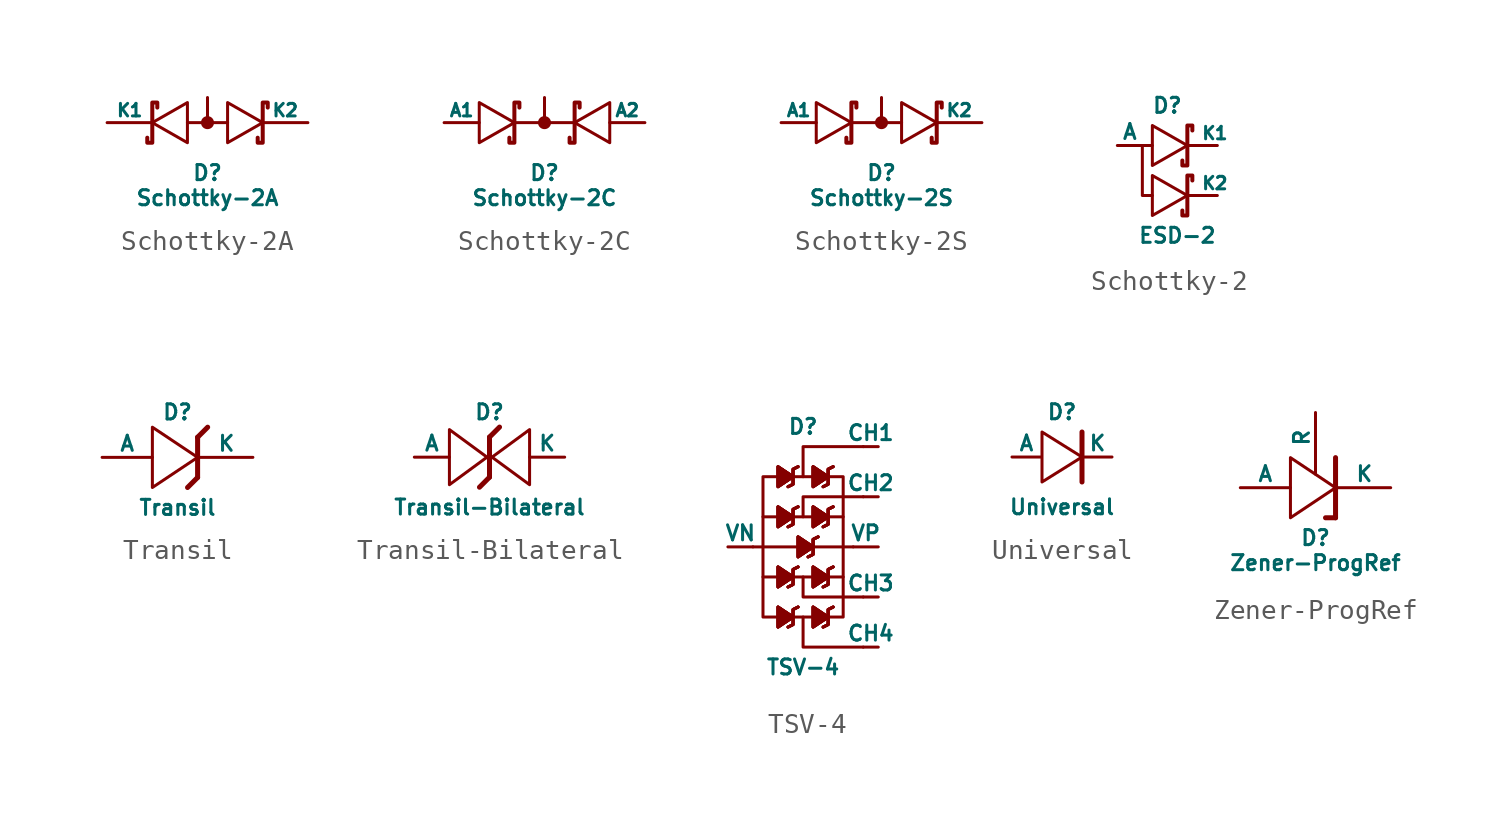
<source format=kicad_sym>
(kicad_symbol_lib
  (version 20220914)
  (generator kicad_symbol_editor)
  (symbol "Schottky-2A"
    (pin_numbers hide)
    (pin_names
      (offset 0))
    (property "Reference" "D"
      (at 0 -2.54 0)
      (effects (font (size 0.762 0.762))))
    (property "Value" "Schottky-2A"
      (at 0 -3.81 0)
      (effects (font (size 0.762 0.762))))
    (symbol "Schottky-2A_0_1"
      (polyline (pts (xy -1.016 0) (xy 1.016 0)) (stroke (width 0) (type solid)) (fill (type none)))
      (polyline (pts (xy 0 0.508) (xy 0 0)) (stroke (width 0) (type solid)) (fill (type none)))
      (polyline (pts (xy -2.794 0) (xy -1.016 -1.016) (xy -1.016 1.016) (xy -2.794 0)) (stroke (width 0) (type solid)) (fill (type none)))
      (polyline (pts (xy 2.794 0) (xy 1.016 1.016) (xy 1.016 -1.016) (xy 2.794 0)) (stroke (width 0) (type solid)) (fill (type none)))
      (polyline (pts (xy -2.54 0.762) (xy -2.54 1.016) (xy -2.794 1.016) (xy -2.794 -1.016) (xy -3.048 -1.016) (xy -3.048 -0.762)) (stroke (width 0.203) (type solid)) (fill (type none)))
      (polyline (pts (xy 2.54 -0.762) (xy 2.54 -1.016) (xy 2.794 -1.016) (xy 2.794 1.016) (xy 3.048 1.016) (xy 3.048 0.762)) (stroke (width 0.203) (type solid)) (fill (type none)))
      (circle (center 0 0) (radius 0.254) (stroke (width 0) (type solid)) (fill (type outline))))
    (symbol "Schottky-2A_1_1"
      (pin passive line (at -5.08 0 0) (length 2.286) (name "K1" (effects (font (size 0.635 0.635)))) (number "1" (effects (font (size 0.635 0.635)))))
      (pin passive line (at 0 1.27 270) (length 0.762) (name "~" (effects (font (size 0.635 0.635)))) (number "2" (effects (font (size 0.635 0.635)))))
      (pin passive line (at 5.08 0 180) (length 2.286) (name "K2" (effects (font (size 0.635 0.635)))) (number "3" (effects (font (size 0.635 0.635)))))))
  (symbol "Schottky-2C"
    (pin_numbers hide)
    (pin_names
      (offset 0))
    (property "Reference" "D"
      (at 0 -2.54 0)
      (effects (font (size 0.762 0.762))))
    (property "Value" "Schottky-2C"
      (at 0 -3.81 0)
      (effects (font (size 0.762 0.762))))
    (symbol "Schottky-2C_0_1"
      (polyline (pts (xy -1.524 0) (xy 1.524 0)) (stroke (width 0) (type solid)) (fill (type none)))
      (polyline (pts (xy 0 0.508) (xy 0 0)) (stroke (width 0) (type solid)) (fill (type none)))
      (polyline (pts (xy -1.524 0) (xy -3.302 1.016) (xy -3.302 -1.016) (xy -1.524 0)) (stroke (width 0) (type solid)) (fill (type none)))
      (polyline (pts (xy 1.524 0) (xy 3.302 -1.016) (xy 3.302 1.016) (xy 1.524 0)) (stroke (width 0) (type solid)) (fill (type none)))
      (polyline (pts (xy -1.778 -0.762) (xy -1.778 -1.016) (xy -1.524 -1.016) (xy -1.524 1.016) (xy -1.27 1.016) (xy -1.27 0.762)) (stroke (width 0.203) (type solid)) (fill (type none)))
      (polyline (pts (xy 1.778 0.762) (xy 1.778 1.016) (xy 1.524 1.016) (xy 1.524 -1.016) (xy 1.27 -1.016) (xy 1.27 -0.762)) (stroke (width 0.203) (type solid)) (fill (type none)))
      (circle (center 0 0) (radius 0.254) (stroke (width 0) (type solid)) (fill (type outline))))
    (symbol "Schottky-2C_1_1"
      (pin passive line (at -5.08 0 0) (length 1.778) (name "A1" (effects (font (size 0.635 0.635)))) (number "1" (effects (font (size 0.635 0.635)))))
      (pin passive line (at 0 1.27 270) (length 0.762) (name "~" (effects (font (size 0.635 0.635)))) (number "2" (effects (font (size 0.635 0.635)))))
      (pin passive line (at 5.08 0 180) (length 1.778) (name "A2" (effects (font (size 0.635 0.635)))) (number "3" (effects (font (size 0.635 0.635)))))))
  (symbol "Schottky-2S"
    (pin_numbers hide)
    (pin_names
      (offset 0))
    (property "Reference" "D"
      (at 0 -2.54 0)
      (effects (font (size 0.762 0.762))))
    (property "Value" "Schottky-2S"
      (at 0 -3.81 0)
      (effects (font (size 0.762 0.762))))
    (symbol "Schottky-2S_0_1"
      (polyline (pts (xy -1.524 0) (xy 1.016 0)) (stroke (width 0) (type solid)) (fill (type none)))
      (polyline (pts (xy 0 0.508) (xy 0 0)) (stroke (width 0) (type solid)) (fill (type none)))
      (polyline (pts (xy -1.524 0) (xy -3.302 1.016) (xy -3.302 -1.016) (xy -1.524 0)) (stroke (width 0) (type solid)) (fill (type none)))
      (polyline (pts (xy 2.794 0) (xy 1.016 1.016) (xy 1.016 -1.016) (xy 2.794 0)) (stroke (width 0) (type solid)) (fill (type none)))
      (polyline (pts (xy -1.778 -0.762) (xy -1.778 -1.016) (xy -1.524 -1.016) (xy -1.524 1.016) (xy -1.27 1.016) (xy -1.27 0.762)) (stroke (width 0.203) (type solid)) (fill (type none)))
      (polyline (pts (xy 2.54 -0.762) (xy 2.54 -1.016) (xy 2.794 -1.016) (xy 2.794 1.016) (xy 3.048 1.016) (xy 3.048 0.762)) (stroke (width 0.203) (type solid)) (fill (type none)))
      (circle (center 0 0) (radius 0.254) (stroke (width 0) (type solid)) (fill (type outline))))
    (symbol "Schottky-2S_1_1"
      (pin passive line (at -5.08 0 0) (length 1.778) (name "A1" (effects (font (size 0.635 0.635)))) (number "1" (effects (font (size 0.635 0.635)))))
      (pin passive line (at 0 1.27 270) (length 0.762) (name "~" (effects (font (size 0.635 0.635)))) (number "2" (effects (font (size 0.635 0.635)))))
      (pin passive line (at 5.08 0 180) (length 2.286) (name "K2" (effects (font (size 0.635 0.635)))) (number "3" (effects (font (size 0.635 0.635)))))))
  (symbol "Schottky-2"
    (pin_numbers hide)
    (pin_names
      (offset 0))
    (property "Reference" "D"
      (at 0 3.302 0)
      (effects (font (size 0.762 0.762))))
    (property "Value" "ESD-2"
      (at 0.508 -3.302 0)
      (effects (font (size 0.762 0.762))))
    (symbol "Schottky-2_0_1"
      (polyline (pts (xy -1.27 1.27) (xy -0.762 1.27)) (stroke (width 0) (type solid)) (fill (type none)))
      (polyline (pts (xy 2.286 -1.27) (xy 1.016 -1.27)) (stroke (width 0) (type solid)) (fill (type none)))
      (polyline (pts (xy 2.286 1.27) (xy 1.016 1.27)) (stroke (width 0) (type solid)) (fill (type none)))
      (polyline (pts (xy -1.27 1.27) (xy -1.27 -1.27) (xy -0.762 -1.27)) (stroke (width 0) (type solid)) (fill (type none)))
      (polyline (pts (xy 1.016 -1.27) (xy -0.762 -0.254) (xy -0.762 -2.286) (xy 1.016 -1.27)) (stroke (width 0) (type solid)) (fill (type none)))
      (polyline (pts (xy 1.016 1.27) (xy -0.762 2.286) (xy -0.762 0.254) (xy 1.016 1.27)) (stroke (width 0) (type solid)) (fill (type none)))
      (polyline (pts (xy 0.762 -2.032) (xy 0.762 -2.286) (xy 1.016 -2.286) (xy 1.016 -0.254) (xy 1.27 -0.254) (xy 1.27 -0.508)) (stroke (width 0.203) (type solid)) (fill (type none)))
      (polyline (pts (xy 0.762 0.508) (xy 0.762 0.254) (xy 1.016 0.254) (xy 1.016 2.286) (xy 1.27 2.286) (xy 1.27 2.032)) (stroke (width 0.203) (type solid)) (fill (type none))))
    (symbol "Schottky-2_1_1"
      (pin passive line (at 2.54 1.27 180) (length 0.254) (name "K1" (effects (font (size 0.635 0.635)))) (number "1" (effects (font (size 0.635 0.635)))))
      (pin passive line (at -2.54 1.27 0) (length 1.27) (name "A" (effects (font (size 0.762 0.762)))) (number "2" (effects (font (size 0.762 0.762)))))
      (pin passive line (at 2.54 -1.27 180) (length 0.254) (name "K2" (effects (font (size 0.635 0.635)))) (number "3" (effects (font (size 0.635 0.635)))))))
  (symbol "Transil"
    (pin_numbers hide)
    (pin_names
      (offset 0))
    (property "Reference" "D"
      (at 0 2.286 0)
      (effects (font (size 0.762 0.762))))
    (property "Value" "Transil"
      (at 0 -2.54 0)
      (effects (font (size 0.762 0.762))))
    (symbol "Transil_0_1"
      (polyline (pts (xy 0.508 -1.524) (xy 1.016 -1.016)) (stroke (width 0.254) (type solid)) (fill (type none)))
      (polyline (pts (xy 1.016 1.016) (xy 1.016 -1.016)) (stroke (width 0.254) (type solid)) (fill (type none)))
      (polyline (pts (xy 1.524 1.524) (xy 1.016 1.016)) (stroke (width 0.254) (type solid)) (fill (type none)))
      (polyline (pts (xy -1.27 1.524) (xy -1.27 -1.524) (xy 1.016 0) (xy -1.27 1.524)) (stroke (width 0) (type solid)) (fill (type none))))
    (symbol "Transil_1_1"
      (pin passive line (at 3.81 0 180) (length 2.667) (name "K" (effects (font (size 0.762 0.762)))) (number "1" (effects (font (size 0.762 0.762)))))
      (pin passive line (at -3.81 0 0) (length 2.54) (name "A" (effects (font (size 0.762 0.762)))) (number "2" (effects (font (size 0.762 0.762)))))))
  (symbol "Transil-Bilateral"
    (pin_numbers hide)
    (pin_names
      (offset 0))
    (property "Reference" "D"
      (at 0 2.286 0)
      (effects (font (size 0.762 0.762))))
    (property "Value" "Transil-Bilateral"
      (at 0 -2.54 0)
      (effects (font (size 0.762 0.762))))
    (symbol "Transil-Bilateral_0_1"
      (polyline (pts (xy -0.508 -1.524) (xy 0 -1.016)) (stroke (width 0.254) (type solid)) (fill (type none)))
      (polyline (pts (xy 0 1.016) (xy 0 -1.016)) (stroke (width 0.254) (type solid)) (fill (type none)))
      (polyline (pts (xy 0.508 1.524) (xy 0 1.016)) (stroke (width 0.254) (type solid)) (fill (type none)))
      (polyline (pts (xy -0.127 0) (xy -2.032 1.397) (xy -2.032 -1.397) (xy -0.127 0)) (stroke (width 0) (type solid)) (fill (type none)))
      (polyline (pts (xy 0.127 0) (xy 2.032 1.397) (xy 2.032 -1.397) (xy 0.127 0)) (stroke (width 0) (type solid)) (fill (type none))))
    (symbol "Transil-Bilateral_1_1"
      (pin passive line (at 3.81 0 180) (length 1.778) (name "K" (effects (font (size 0.762 0.762)))) (number "1" (effects (font (size 0.762 0.762)))))
      (pin passive line (at -3.81 0 0) (length 1.778) (name "A" (effects (font (size 0.762 0.762)))) (number "2" (effects (font (size 0.762 0.762)))))))
  (symbol "TSV-4"
    (pin_numbers hide)
    (pin_names
      (offset 0))
    (property "Reference" "D"
      (at 0 6.096 0)
      (effects (font (size 0.762 0.762))))
    (property "Value" "TSV-4"
      (at 0 -6.096 0)
      (effects (font (size 0.762 0.762))))
    (symbol "TSV-4_0_1"
      (rectangle (start -2.032 3.556) (end 2.032 -3.556) (stroke (width 0) (type solid)) (fill (type none)))
      (polyline (pts (xy -2.54 0) (xy 2.54 0)) (stroke (width 0) (type solid)) (fill (type none)))
      (polyline (pts (xy -2.032 -1.524) (xy 2.032 -1.524)) (stroke (width 0) (type solid)) (fill (type none)))
      (polyline (pts (xy -2.032 1.524) (xy 2.032 1.524)) (stroke (width 0) (type solid)) (fill (type none)))
      (polyline (pts (xy 0 -1.524) (xy 0 -2.54) (xy 3.048 -2.54)) (stroke (width 0) (type solid)) (fill (type none)))
      (polyline (pts (xy 0 1.524) (xy 0 2.54) (xy 3.048 2.54)) (stroke (width 0) (type solid)) (fill (type none)))
      (polyline (pts (xy 0 3.556) (xy 0 5.08) (xy 3.048 5.08)) (stroke (width 0) (type solid)) (fill (type none)))
      (polyline (pts (xy 3.048 -5.08) (xy 0 -5.08) (xy 0 -3.556)) (stroke (width 0) (type solid)) (fill (type none)))
      (polyline (pts (xy -1.27 -3.048) (xy -1.27 -4.064) (xy -0.508 -3.556) (xy -1.27 -3.048)) (stroke (width 0) (type solid)) (fill (type outline)))
      (polyline (pts (xy -1.27 -3.048) (xy -1.27 -4.064) (xy -0.508 -3.556) (xy -1.27 -3.048)) (stroke (width 0) (type solid)) (fill (type outline)))
      (polyline (pts (xy -1.27 -3.048) (xy -1.27 -4.064) (xy -0.508 -3.556) (xy -1.27 -3.048)) (stroke (width 0) (type solid)) (fill (type outline)))
      (polyline (pts (xy -1.27 -3.048) (xy -1.27 -4.064) (xy -0.508 -3.556) (xy -1.27 -3.048)) (stroke (width 0) (type solid)) (fill (type outline)))
      (polyline (pts (xy -1.27 -1.016) (xy -1.27 -2.032) (xy -0.508 -1.524) (xy -1.27 -1.016)) (stroke (width 0) (type solid)) (fill (type outline)))
      (polyline (pts (xy -1.27 -1.016) (xy -1.27 -2.032) (xy -0.508 -1.524) (xy -1.27 -1.016)) (stroke (width 0) (type solid)) (fill (type outline)))
      (polyline (pts (xy -1.27 -1.016) (xy -1.27 -2.032) (xy -0.508 -1.524) (xy -1.27 -1.016)) (stroke (width 0) (type solid)) (fill (type outline)))
      (polyline (pts (xy -1.27 -1.016) (xy -1.27 -2.032) (xy -0.508 -1.524) (xy -1.27 -1.016)) (stroke (width 0) (type solid)) (fill (type outline)))
      (polyline (pts (xy -1.27 2.032) (xy -1.27 1.016) (xy -0.508 1.524) (xy -1.27 2.032)) (stroke (width 0) (type solid)) (fill (type outline)))
      (polyline (pts (xy -1.27 2.032) (xy -1.27 1.016) (xy -0.508 1.524) (xy -1.27 2.032)) (stroke (width 0) (type solid)) (fill (type outline)))
      (polyline (pts (xy -1.27 2.032) (xy -1.27 1.016) (xy -0.508 1.524) (xy -1.27 2.032)) (stroke (width 0) (type solid)) (fill (type outline)))
      (polyline (pts (xy -1.27 2.032) (xy -1.27 1.016) (xy -0.508 1.524) (xy -1.27 2.032)) (stroke (width 0) (type solid)) (fill (type outline)))
      (polyline (pts (xy -1.27 4.064) (xy -1.27 3.048) (xy -0.508 3.556) (xy -1.27 4.064)) (stroke (width 0) (type solid)) (fill (type outline)))
      (polyline (pts (xy -1.27 4.064) (xy -1.27 3.048) (xy -0.508 3.556) (xy -1.27 4.064)) (stroke (width 0) (type solid)) (fill (type outline)))
      (polyline (pts (xy -1.27 4.064) (xy -1.27 3.048) (xy -0.508 3.556) (xy -1.27 4.064)) (stroke (width 0) (type solid)) (fill (type outline)))
      (polyline (pts (xy -1.27 4.064) (xy -1.27 3.048) (xy -0.508 3.556) (xy -1.27 4.064)) (stroke (width 0) (type solid)) (fill (type outline)))
      (polyline (pts (xy -0.254 -3.048) (xy -0.508 -3.175) (xy -0.508 -3.937) (xy -0.762 -4.064)) (stroke (width 0) (type solid)) (fill (type none)))
      (polyline (pts (xy -0.254 -3.048) (xy -0.508 -3.175) (xy -0.508 -3.937) (xy -0.762 -4.064)) (stroke (width 0) (type solid)) (fill (type none)))
      (polyline (pts (xy -0.254 -3.048) (xy -0.508 -3.175) (xy -0.508 -3.937) (xy -0.762 -4.064)) (stroke (width 0) (type solid)) (fill (type none)))
      (polyline (pts (xy -0.254 -3.048) (xy -0.508 -3.175) (xy -0.508 -3.937) (xy -0.762 -4.064)) (stroke (width 0) (type solid)) (fill (type none)))
      (polyline (pts (xy -0.254 -1.016) (xy -0.508 -1.143) (xy -0.508 -1.905) (xy -0.762 -2.032)) (stroke (width 0) (type solid)) (fill (type none)))
      (polyline (pts (xy -0.254 -1.016) (xy -0.508 -1.143) (xy -0.508 -1.905) (xy -0.762 -2.032)) (stroke (width 0) (type solid)) (fill (type none)))
      (polyline (pts (xy -0.254 -1.016) (xy -0.508 -1.143) (xy -0.508 -1.905) (xy -0.762 -2.032)) (stroke (width 0) (type solid)) (fill (type none)))
      (polyline (pts (xy -0.254 -1.016) (xy -0.508 -1.143) (xy -0.508 -1.905) (xy -0.762 -2.032)) (stroke (width 0) (type solid)) (fill (type none)))
      (polyline (pts (xy -0.254 0.508) (xy -0.254 -0.508) (xy 0.508 0) (xy -0.254 0.508)) (stroke (width 0) (type solid)) (fill (type outline)))
      (polyline (pts (xy -0.254 0.508) (xy -0.254 -0.508) (xy 0.508 0) (xy -0.254 0.508)) (stroke (width 0) (type solid)) (fill (type outline)))
      (polyline (pts (xy -0.254 0.508) (xy -0.254 -0.508) (xy 0.508 0) (xy -0.254 0.508)) (stroke (width 0) (type solid)) (fill (type outline)))
      (polyline (pts (xy -0.254 0.508) (xy -0.254 -0.508) (xy 0.508 0) (xy -0.254 0.508)) (stroke (width 0) (type solid)) (fill (type outline)))
      (polyline (pts (xy -0.254 2.032) (xy -0.508 1.905) (xy -0.508 1.143) (xy -0.762 1.016)) (stroke (width 0) (type solid)) (fill (type none)))
      (polyline (pts (xy -0.254 2.032) (xy -0.508 1.905) (xy -0.508 1.143) (xy -0.762 1.016)) (stroke (width 0) (type solid)) (fill (type none)))
      (polyline (pts (xy -0.254 2.032) (xy -0.508 1.905) (xy -0.508 1.143) (xy -0.762 1.016)) (stroke (width 0) (type solid)) (fill (type none)))
      (polyline (pts (xy -0.254 2.032) (xy -0.508 1.905) (xy -0.508 1.143) (xy -0.762 1.016)) (stroke (width 0) (type solid)) (fill (type none)))
      (polyline (pts (xy -0.254 4.064) (xy -0.508 3.937) (xy -0.508 3.175) (xy -0.762 3.048)) (stroke (width 0) (type solid)) (fill (type none)))
      (polyline (pts (xy -0.254 4.064) (xy -0.508 3.937) (xy -0.508 3.175) (xy -0.762 3.048)) (stroke (width 0) (type solid)) (fill (type none)))
      (polyline (pts (xy -0.254 4.064) (xy -0.508 3.937) (xy -0.508 3.175) (xy -0.762 3.048)) (stroke (width 0) (type solid)) (fill (type none)))
      (polyline (pts (xy -0.254 4.064) (xy -0.508 3.937) (xy -0.508 3.175) (xy -0.762 3.048)) (stroke (width 0) (type solid)) (fill (type none)))
      (polyline (pts (xy 0.508 -3.048) (xy 0.508 -4.064) (xy 1.27 -3.556) (xy 0.508 -3.048)) (stroke (width 0) (type solid)) (fill (type outline)))
      (polyline (pts (xy 0.508 -3.048) (xy 0.508 -4.064) (xy 1.27 -3.556) (xy 0.508 -3.048)) (stroke (width 0) (type solid)) (fill (type outline)))
      (polyline (pts (xy 0.508 -3.048) (xy 0.508 -4.064) (xy 1.27 -3.556) (xy 0.508 -3.048)) (stroke (width 0) (type solid)) (fill (type outline)))
      (polyline (pts (xy 0.508 -3.048) (xy 0.508 -4.064) (xy 1.27 -3.556) (xy 0.508 -3.048)) (stroke (width 0) (type solid)) (fill (type outline)))
      (polyline (pts (xy 0.508 -1.016) (xy 0.508 -2.032) (xy 1.27 -1.524) (xy 0.508 -1.016)) (stroke (width 0) (type solid)) (fill (type outline)))
      (polyline (pts (xy 0.508 -1.016) (xy 0.508 -2.032) (xy 1.27 -1.524) (xy 0.508 -1.016)) (stroke (width 0) (type solid)) (fill (type outline)))
      (polyline (pts (xy 0.508 -1.016) (xy 0.508 -2.032) (xy 1.27 -1.524) (xy 0.508 -1.016)) (stroke (width 0) (type solid)) (fill (type outline)))
      (polyline (pts (xy 0.508 -1.016) (xy 0.508 -2.032) (xy 1.27 -1.524) (xy 0.508 -1.016)) (stroke (width 0) (type solid)) (fill (type outline)))
      (polyline (pts (xy 0.508 2.032) (xy 0.508 1.016) (xy 1.27 1.524) (xy 0.508 2.032)) (stroke (width 0) (type solid)) (fill (type outline)))
      (polyline (pts (xy 0.508 2.032) (xy 0.508 1.016) (xy 1.27 1.524) (xy 0.508 2.032)) (stroke (width 0) (type solid)) (fill (type outline)))
      (polyline (pts (xy 0.508 2.032) (xy 0.508 1.016) (xy 1.27 1.524) (xy 0.508 2.032)) (stroke (width 0) (type solid)) (fill (type outline)))
      (polyline (pts (xy 0.508 2.032) (xy 0.508 1.016) (xy 1.27 1.524) (xy 0.508 2.032)) (stroke (width 0) (type solid)) (fill (type outline)))
      (polyline (pts (xy 0.508 4.064) (xy 0.508 3.048) (xy 1.27 3.556) (xy 0.508 4.064)) (stroke (width 0) (type solid)) (fill (type outline)))
      (polyline (pts (xy 0.508 4.064) (xy 0.508 3.048) (xy 1.27 3.556) (xy 0.508 4.064)) (stroke (width 0) (type solid)) (fill (type outline)))
      (polyline (pts (xy 0.508 4.064) (xy 0.508 3.048) (xy 1.27 3.556) (xy 0.508 4.064)) (stroke (width 0) (type solid)) (fill (type outline)))
      (polyline (pts (xy 0.508 4.064) (xy 0.508 3.048) (xy 1.27 3.556) (xy 0.508 4.064)) (stroke (width 0) (type solid)) (fill (type outline)))
      (polyline (pts (xy 0.762 0.508) (xy 0.508 0.381) (xy 0.508 -0.381) (xy 0.254 -0.508)) (stroke (width 0) (type solid)) (fill (type none)))
      (polyline (pts (xy 0.762 0.508) (xy 0.508 0.381) (xy 0.508 -0.381) (xy 0.254 -0.508)) (stroke (width 0) (type solid)) (fill (type none)))
      (polyline (pts (xy 0.762 0.508) (xy 0.508 0.381) (xy 0.508 -0.381) (xy 0.254 -0.508)) (stroke (width 0) (type solid)) (fill (type none)))
      (polyline (pts (xy 0.762 0.508) (xy 0.508 0.381) (xy 0.508 -0.381) (xy 0.254 -0.508)) (stroke (width 0) (type solid)) (fill (type none)))
      (polyline (pts (xy 1.524 -3.048) (xy 1.27 -3.175) (xy 1.27 -3.937) (xy 1.016 -4.064)) (stroke (width 0) (type solid)) (fill (type none)))
      (polyline (pts (xy 1.524 -3.048) (xy 1.27 -3.175) (xy 1.27 -3.937) (xy 1.016 -4.064)) (stroke (width 0) (type solid)) (fill (type none)))
      (polyline (pts (xy 1.524 -3.048) (xy 1.27 -3.175) (xy 1.27 -3.937) (xy 1.016 -4.064)) (stroke (width 0) (type solid)) (fill (type none)))
      (polyline (pts (xy 1.524 -3.048) (xy 1.27 -3.175) (xy 1.27 -3.937) (xy 1.016 -4.064)) (stroke (width 0) (type solid)) (fill (type none)))
      (polyline (pts (xy 1.524 -1.016) (xy 1.27 -1.143) (xy 1.27 -1.905) (xy 1.016 -2.032)) (stroke (width 0) (type solid)) (fill (type none)))
      (polyline (pts (xy 1.524 -1.016) (xy 1.27 -1.143) (xy 1.27 -1.905) (xy 1.016 -2.032)) (stroke (width 0) (type solid)) (fill (type none)))
      (polyline (pts (xy 1.524 -1.016) (xy 1.27 -1.143) (xy 1.27 -1.905) (xy 1.016 -2.032)) (stroke (width 0) (type solid)) (fill (type none)))
      (polyline (pts (xy 1.524 -1.016) (xy 1.27 -1.143) (xy 1.27 -1.905) (xy 1.016 -2.032)) (stroke (width 0) (type solid)) (fill (type none)))
      (polyline (pts (xy 1.524 2.032) (xy 1.27 1.905) (xy 1.27 1.143) (xy 1.016 1.016)) (stroke (width 0) (type solid)) (fill (type none)))
      (polyline (pts (xy 1.524 2.032) (xy 1.27 1.905) (xy 1.27 1.143) (xy 1.016 1.016)) (stroke (width 0) (type solid)) (fill (type none)))
      (polyline (pts (xy 1.524 2.032) (xy 1.27 1.905) (xy 1.27 1.143) (xy 1.016 1.016)) (stroke (width 0) (type solid)) (fill (type none)))
      (polyline (pts (xy 1.524 2.032) (xy 1.27 1.905) (xy 1.27 1.143) (xy 1.016 1.016)) (stroke (width 0) (type solid)) (fill (type none)))
      (polyline (pts (xy 1.524 4.064) (xy 1.27 3.937) (xy 1.27 3.175) (xy 1.016 3.048)) (stroke (width 0) (type solid)) (fill (type none)))
      (polyline (pts (xy 1.524 4.064) (xy 1.27 3.937) (xy 1.27 3.175) (xy 1.016 3.048)) (stroke (width 0) (type solid)) (fill (type none)))
      (polyline (pts (xy 1.524 4.064) (xy 1.27 3.937) (xy 1.27 3.175) (xy 1.016 3.048)) (stroke (width 0) (type solid)) (fill (type none)))
      (polyline (pts (xy 1.524 4.064) (xy 1.27 3.937) (xy 1.27 3.175) (xy 1.016 3.048)) (stroke (width 0) (type solid)) (fill (type none))))
    (symbol "TSV-4_1_1"
      (pin passive line (at 3.81 5.08 180) (length 0.762) (name "CH1" (effects (font (size 0.762 0.762)))) (number "1" (effects (font (size 0.762 0.762)))))
      (pin passive line (at -3.81 0 0) (length 1.27) (name "VN" (effects (font (size 0.762 0.762)))) (number "2" (effects (font (size 0.762 0.762)))))
      (pin passive line (at 3.81 2.54 180) (length 0.762) (name "CH2" (effects (font (size 0.762 0.762)))) (number "3" (effects (font (size 0.762 0.762)))))
      (pin passive line (at 3.81 -2.54 180) (length 0.762) (name "CH3" (effects (font (size 0.762 0.762)))) (number "4" (effects (font (size 0.762 0.762)))))
      (pin passive line (at 3.81 0 180) (length 1.27) (name "VP" (effects (font (size 0.762 0.762)))) (number "5" (effects (font (size 0.762 0.762)))))
      (pin passive line (at 3.81 -5.08 180) (length 0.762) (name "CH4" (effects (font (size 0.762 0.762)))) (number "6" (effects (font (size 0.762 0.762)))))))
  (symbol "Universal"
    (pin_numbers hide)
    (pin_names
      (offset 0))
    (property "Reference" "D"
      (at 0 2.286 0)
      (effects (font (size 0.762 0.762))))
    (property "Value" "Universal"
      (at 0 -2.54 0)
      (effects (font (size 0.762 0.762))))
    (symbol "Universal_0_1"
      (polyline (pts (xy 1.016 1.27) (xy 1.016 -1.27)) (stroke (width 0.254) (type solid)) (fill (type none)))
      (polyline (pts (xy -1.016 1.27) (xy -1.016 -1.27) (xy 1.016 0) (xy -1.016 1.27)) (stroke (width 0) (type solid)) (fill (type none))))
    (symbol "Universal_1_1"
      (pin passive line (at 2.54 0 180) (length 1.473) (name "K" (effects (font (size 0.762 0.762)))) (number "1" (effects (font (size 0.762 0.762)))))
      (pin passive line (at -2.54 0 0) (length 1.473) (name "A" (effects (font (size 0.762 0.762)))) (number "2" (effects (font (size 0.762 0.762)))))))
  (symbol "Zener-ProgRef"
    (pin_numbers hide)
    (pin_names
      (offset 0))
    (property "Reference" "D"
      (at 0 -2.54 0)
      (effects (font (size 0.762 0.762))))
    (property "Value" "Zener-ProgRef"
      (at 0 -3.81 0)
      (effects (font (size 0.762 0.762))))
    (symbol "Zener-ProgRef_0_1"
      (polyline (pts (xy 0 1.27) (xy 0 0.686)) (stroke (width 0) (type default)) (fill (type none)))
      (polyline (pts (xy 1.016 -1.524) (xy 0.508 -1.524)) (stroke (width 0.254) (type solid)) (fill (type none)))
      (polyline (pts (xy 1.016 1.524) (xy 1.016 -1.524)) (stroke (width 0.254) (type solid)) (fill (type none)))
      (polyline (pts (xy -1.27 1.524) (xy -1.27 -1.524) (xy 1.016 0) (xy -1.27 1.524)) (stroke (width 0) (type solid)) (fill (type none))))
    (symbol "Zener-ProgRef_1_1"
      (pin passive line (at 3.81 0 180) (length 2.667) (name "K" (effects (font (size 0.762 0.762)))) (number "1" (effects (font (size 0.762 0.762)))))
      (pin passive line (at -3.81 0 0) (length 2.54) (name "A" (effects (font (size 0.762 0.762)))) (number "2" (effects (font (size 0.762 0.762)))))
      (pin passive line (at 0 3.81 270) (length 2.54) (name "R" (effects (font (size 0.762 0.762)))) (number "3" (effects (font (size 0.762 0.762))))))))
</source>
